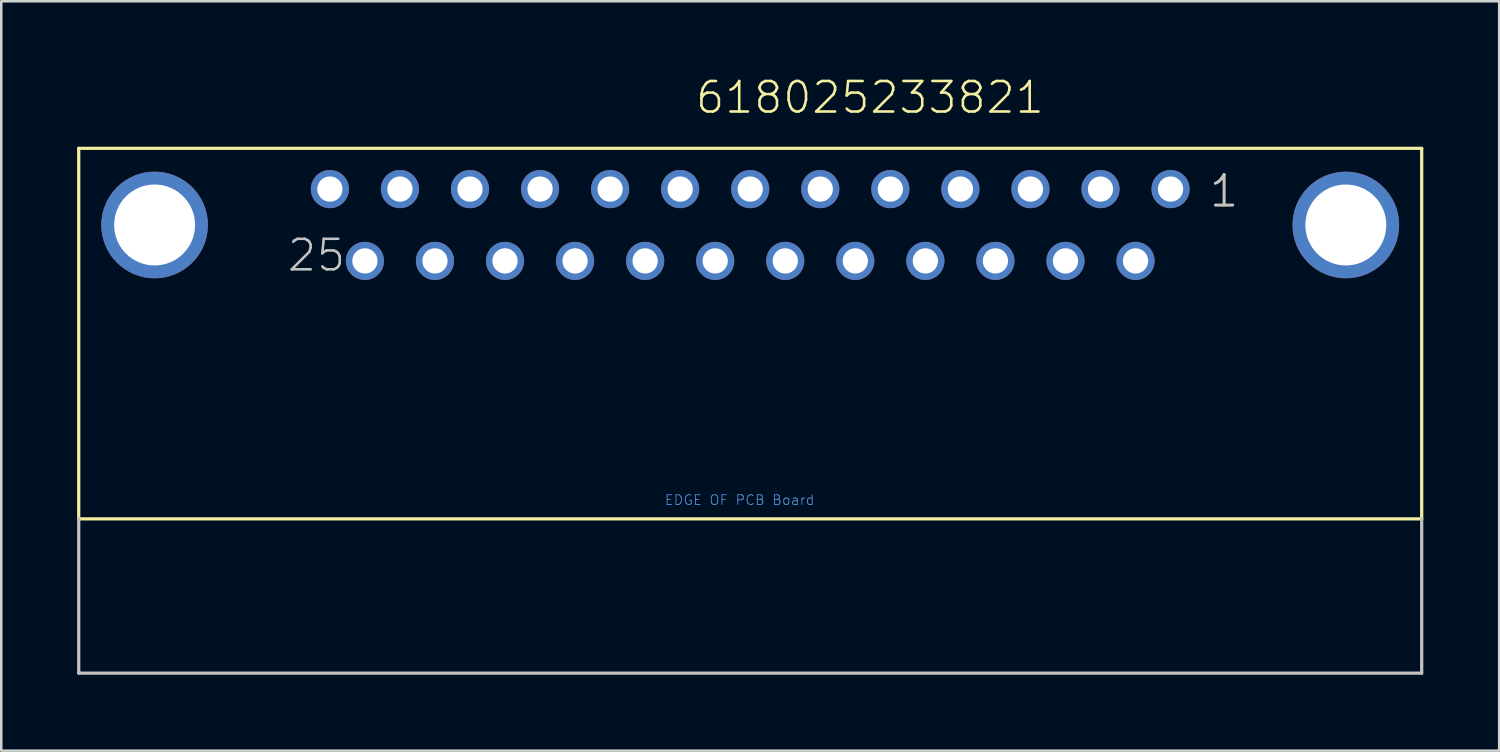
<source format=kicad_pcb>
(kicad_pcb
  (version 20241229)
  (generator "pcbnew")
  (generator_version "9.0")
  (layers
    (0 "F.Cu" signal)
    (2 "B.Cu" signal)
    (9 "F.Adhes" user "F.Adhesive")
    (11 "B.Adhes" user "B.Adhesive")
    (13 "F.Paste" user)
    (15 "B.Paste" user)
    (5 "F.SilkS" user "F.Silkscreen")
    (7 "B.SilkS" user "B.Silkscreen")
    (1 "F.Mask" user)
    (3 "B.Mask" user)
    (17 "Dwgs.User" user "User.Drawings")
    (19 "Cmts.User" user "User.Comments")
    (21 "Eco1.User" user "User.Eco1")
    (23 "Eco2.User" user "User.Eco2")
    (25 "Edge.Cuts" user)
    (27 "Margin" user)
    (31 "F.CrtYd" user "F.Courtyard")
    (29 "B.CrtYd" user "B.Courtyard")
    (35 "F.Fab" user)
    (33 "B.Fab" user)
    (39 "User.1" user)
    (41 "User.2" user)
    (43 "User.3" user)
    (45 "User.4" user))
  (footprint "618025233821"
    (layer "F.Cu")
    (at 26.613 5.846)
    (property "Reference" "618025233821" (at -2.225 -4.335 0) (layer "F.SilkS") (effects (font (size 1.206 1.206) (thickness 0.102)) (justify left bottom)))
    (attr through_hole)
    (fp_line (start -26.55 -3.03) (end 26.55 -3.03) (stroke (width 0.127) (type solid)) (layer "F.SilkS"))
    (fp_line (start -26.55 11.62) (end -26.55 -3.03) (stroke (width 0.127) (type solid)) (layer "F.SilkS"))
    (fp_line (start 26.55 -3.03) (end 26.55 11.62) (stroke (width 0.127) (type solid)) (layer "F.SilkS"))
    (fp_line (start 26.55 11.62) (end -26.55 11.62) (stroke (width 0.127) (type solid)) (layer "F.SilkS"))
    (fp_line (start -26.55 17.72) (end -26.55 11.62) (stroke (width 0.127) (type solid)) (layer "Dwgs.User"))
    (fp_line (start 26.55 11.62) (end 26.55 17.72) (stroke (width 0.127) (type solid)) (layer "Dwgs.User"))
    (fp_line (start 26.55 17.72) (end -26.55 17.72) (stroke (width 0.127) (type solid)) (layer "Dwgs.User"))
    (fp_text user "1" (at 18.095 -0.635 0) (layer "F.SilkS") (effects (font (size 1.206 1.206) (thickness 0.102)) (justify left bottom)))
    (fp_text user "1" (at 18.095 -0.635 0) (layer "Dwgs.User") (effects (font (size 1.206 1.206) (thickness 0.102)) (justify left bottom)))
    (fp_text user "25" (at -18.365 1.905 0) (layer "Dwgs.User") (effects (font (size 1.206 1.206) (thickness 0.102)) (justify left bottom)))
    (fp_text user "EDGE OF PCB Board" (at -3.4 11.1 0) (layer "Cmts.User") (effects (font (size 0.386 0.386) (thickness 0.033)) (justify left bottom)))
    (pad "1" thru_hole circle (at 16.62 -1.42) (size 1.508 1.508) (drill 1) (layers "*.Cu" "*.Mask"))
    (pad "2" thru_hole circle (at 13.85 -1.42) (size 1.508 1.508) (drill 1) (layers "*.Cu" "*.Mask"))
    (pad "3" thru_hole circle (at 11.08 -1.42) (size 1.508 1.508) (drill 1) (layers "*.Cu" "*.Mask"))
    (pad "4" thru_hole circle (at 8.31 -1.42) (size 1.508 1.508) (drill 1) (layers "*.Cu" "*.Mask"))
    (pad "5" thru_hole circle (at 5.54 -1.42) (size 1.508 1.508) (drill 1) (layers "*.Cu" "*.Mask"))
    (pad "6" thru_hole circle (at 2.77 -1.42) (size 1.508 1.508) (drill 1) (layers "*.Cu" "*.Mask"))
    (pad "7" thru_hole circle (at 0 -1.42) (size 1.508 1.508) (drill 1) (layers "*.Cu" "*.Mask"))
    (pad "8" thru_hole circle (at -2.77 -1.42) (size 1.508 1.508) (drill 1) (layers "*.Cu" "*.Mask"))
    (pad "9" thru_hole circle (at -5.54 -1.42) (size 1.508 1.508) (drill 1) (layers "*.Cu" "*.Mask"))
    (pad "10" thru_hole circle (at -8.31 -1.42) (size 1.508 1.508) (drill 1) (layers "*.Cu" "*.Mask"))
    (pad "11" thru_hole circle (at -11.08 -1.42) (size 1.508 1.508) (drill 1) (layers "*.Cu" "*.Mask"))
    (pad "12" thru_hole circle (at -13.85 -1.42) (size 1.508 1.508) (drill 1) (layers "*.Cu" "*.Mask"))
    (pad "13" thru_hole circle (at -16.62 -1.42) (size 1.508 1.508) (drill 1) (layers "*.Cu" "*.Mask"))
    (pad "14" thru_hole circle (at 15.235 1.42) (size 1.508 1.508) (drill 1) (layers "*.Cu" "*.Mask"))
    (pad "15" thru_hole circle (at 12.465 1.42) (size 1.508 1.508) (drill 1) (layers "*.Cu" "*.Mask"))
    (pad "16" thru_hole circle (at 9.695 1.42) (size 1.508 1.508) (drill 1) (layers "*.Cu" "*.Mask"))
    (pad "17" thru_hole circle (at 6.925 1.42) (size 1.508 1.508) (drill 1) (layers "*.Cu" "*.Mask"))
    (pad "18" thru_hole circle (at 4.155 1.42) (size 1.508 1.508) (drill 1) (layers "*.Cu" "*.Mask"))
    (pad "19" thru_hole circle (at 1.385 1.42) (size 1.508 1.508) (drill 1) (layers "*.Cu" "*.Mask"))
    (pad "20" thru_hole circle (at -1.385 1.42) (size 1.508 1.508) (drill 1) (layers "*.Cu" "*.Mask"))
    (pad "21" thru_hole circle (at -4.155 1.42) (size 1.508 1.508) (drill 1) (layers "*.Cu" "*.Mask"))
    (pad "22" thru_hole circle (at -6.925 1.42) (size 1.508 1.508) (drill 1) (layers "*.Cu" "*.Mask"))
    (pad "23" thru_hole circle (at -9.695 1.42) (size 1.508 1.508) (drill 1) (layers "*.Cu" "*.Mask"))
    (pad "24" thru_hole circle (at -12.465 1.42) (size 1.508 1.508) (drill 1) (layers "*.Cu" "*.Mask"))
    (pad "25" thru_hole circle (at -15.235 1.42) (size 1.508 1.508) (drill 1) (layers "*.Cu" "*.Mask"))
    (pad "SHEL" thru_hole circle (at -23.55 0) (size 4.216 4.216) (drill 3.2) (layers "*.Cu" "*.Mask"))
    (pad "SHEL" thru_hole circle (at 23.55 0) (size 4.216 4.216) (drill 3.2) (layers "*.Cu" "*.Mask")))
  (gr_rect
    (start -3 -3)
    (end 56.227 26.63)
    (stroke (width 0.1) (type default))
    (fill no)
    (layer "Edge.Cuts")))
</source>
